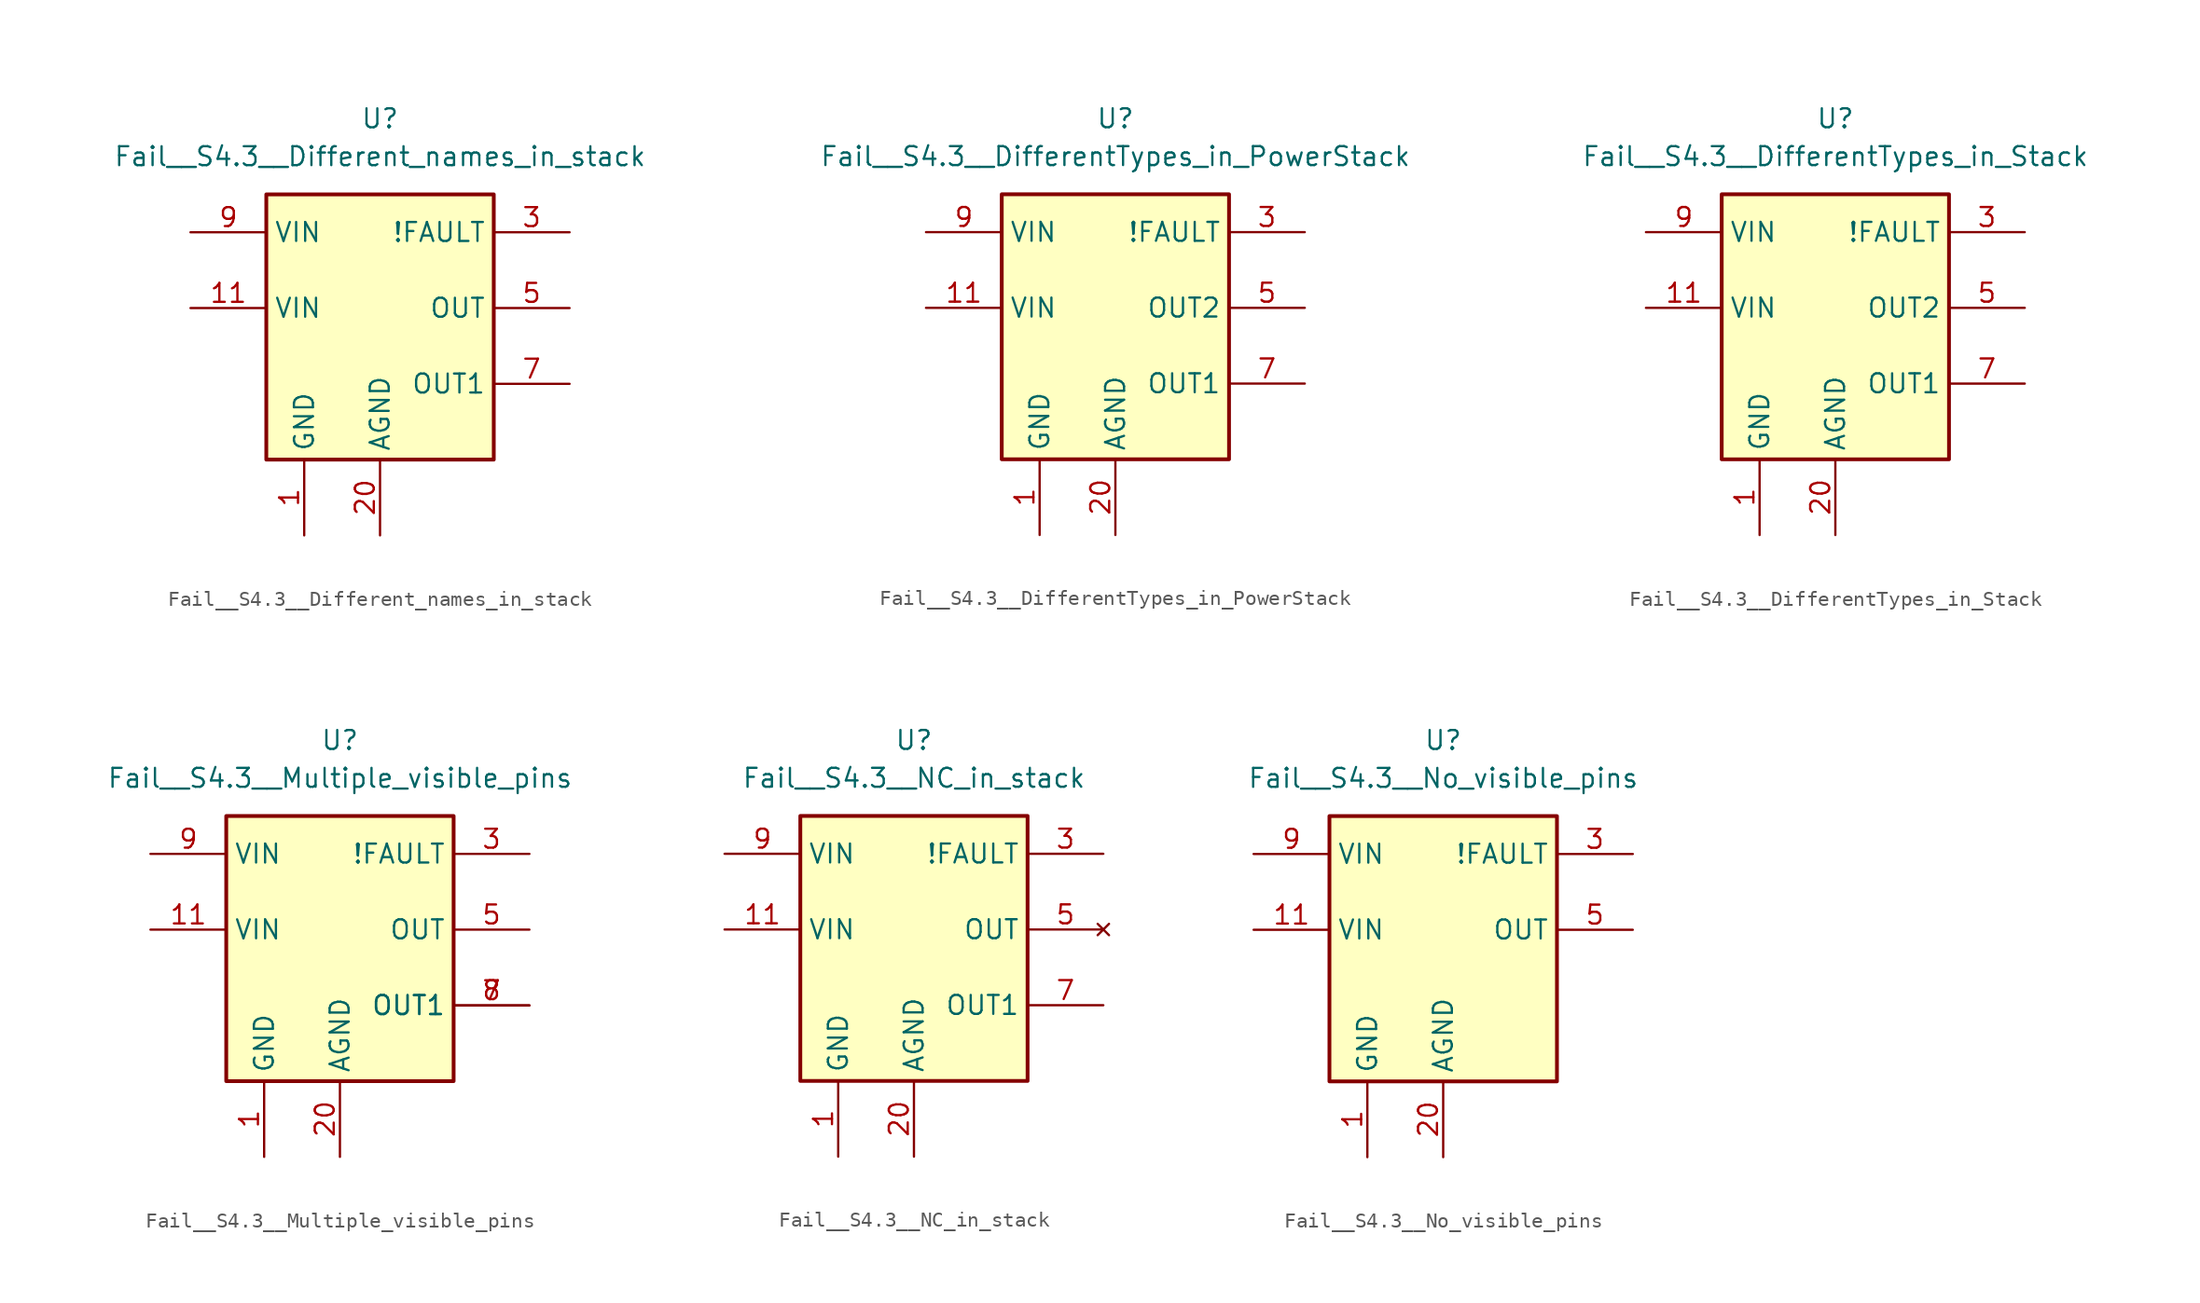
<source format=kicad_sym>
(kicad_symbol_lib
  (version 20201005)
  (generator kicad_symbol_editor)
  (symbol "CI_Test_S4.3:Fail__S4.3__Different_names_in_stack"
    (property "Reference" "U"
      (at 0 12.7 0)
      (effects (font (size 1.27 1.27))))
    (property "Value" "Fail__S4.3__Different_names_in_stack"
      (at 0 10.16 0)
      (effects (font (size 1.27 1.27))))
    (symbol "Fail__S4.3__Different_names_in_stack_0_1"
      (rectangle (start -7.62 7.62) (end 7.62 -10.16) (stroke (width 0.254)) (fill (type background))))
    (symbol "Fail__S4.3__Different_names_in_stack_1_1"
      (pin power_in line (at -5.08 -15.24 90) (length 5.08) (name "GND" (effects (font (size 1.27 1.27)))) (number "1" (effects (font (size 1.27 1.27)))))
      (pin passive line (at -5.08 -15.24 90) (length 5.08) hide (name "GND" (effects (font (size 1.27 1.27)))) (number "2" (effects (font (size 1.27 1.27)))))
      (pin open_collector line (at 12.7 5.08 180) (length 5.08) hide (name "!FAULT" (effects (font (size 1.27 1.27)))) (number "4" (effects (font (size 1.27 1.27)))))
      (pin open_collector line (at 12.7 5.08 180) (length 5.08) (name "!FAULT" (effects (font (size 1.27 1.27)))) (number "3" (effects (font (size 1.27 1.27)))))
      (pin output line (at 12.7 0 180) (length 5.08) hide (name "OUT2" (effects (font (size 1.27 1.27)))) (number "6" (effects (font (size 1.27 1.27)))))
      (pin output line (at 12.7 0 180) (length 5.08) (name "OUT" (effects (font (size 1.27 1.27)))) (number "5" (effects (font (size 1.27 1.27)))))
      (pin passive line (at 12.7 -5.08 180) (length 5.08) hide (name "OUT1" (effects (font (size 1.27 1.27)))) (number "8" (effects (font (size 1.27 1.27)))))
      (pin output line (at 12.7 -5.08 180) (length 5.08) (name "OUT1" (effects (font (size 1.27 1.27)))) (number "7" (effects (font (size 1.27 1.27)))))
      (pin power_in line (at -12.7 5.08 0) (length 5.08) (name "VIN" (effects (font (size 1.27 1.27)))) (number "9" (effects (font (size 1.27 1.27)))))
      (pin power_in line (at -12.7 5.08 0) (length 5.08) hide (name "VIN" (effects (font (size 1.27 1.27)))) (number "10" (effects (font (size 1.27 1.27)))))
      (pin power_in line (at -12.7 0 0) (length 5.08) (name "VIN" (effects (font (size 1.27 1.27)))) (number "11" (effects (font (size 1.27 1.27)))))
      (pin passive line (at -12.7 0 0) (length 5.08) hide (name "VIN" (effects (font (size 1.27 1.27)))) (number "12" (effects (font (size 1.27 1.27)))))
      (pin power_in line (at 0 -15.24 90) (length 5.08) (name "AGND" (effects (font (size 1.27 1.27)))) (number "20" (effects (font (size 1.27 1.27)))))
      (pin passive line (at 0 -15.24 90) (length 5.08) hide (name "AGND" (effects (font (size 1.27 1.27)))) (number "21" (effects (font (size 1.27 1.27)))))
      (pin passive line (at 0 -15.24 90) (length 5.08) hide (name "AGND" (effects (font (size 1.27 1.27)))) (number "22" (effects (font (size 1.27 1.27)))))))
  (symbol "CI_Test_S4.3:Fail__S4.3__DifferentTypes_in_PowerStack"
    (property "Reference" "U"
      (at 0 12.7 0)
      (effects (font (size 1.27 1.27))))
    (property "Value" "Fail__S4.3__DifferentTypes_in_PowerStack"
      (at 0 10.16 0)
      (effects (font (size 1.27 1.27))))
    (symbol "Fail__S4.3__DifferentTypes_in_PowerStack_0_1"
      (rectangle (start -7.62 7.62) (end 7.62 -10.16) (stroke (width 0.254)) (fill (type background))))
    (symbol "Fail__S4.3__DifferentTypes_in_PowerStack_1_1"
      (pin power_in line (at -5.08 -15.24 90) (length 5.08) (name "GND" (effects (font (size 1.27 1.27)))) (number "1" (effects (font (size 1.27 1.27)))))
      (pin passive line (at -5.08 -15.24 90) (length 5.08) hide (name "GND" (effects (font (size 1.27 1.27)))) (number "2" (effects (font (size 1.27 1.27)))))
      (pin open_collector line (at 12.7 5.08 180) (length 5.08) hide (name "!FAULT" (effects (font (size 1.27 1.27)))) (number "4" (effects (font (size 1.27 1.27)))))
      (pin open_collector line (at 12.7 5.08 180) (length 5.08) (name "!FAULT" (effects (font (size 1.27 1.27)))) (number "3" (effects (font (size 1.27 1.27)))))
      (pin output line (at 12.7 0 180) (length 5.08) hide (name "OUT2" (effects (font (size 1.27 1.27)))) (number "6" (effects (font (size 1.27 1.27)))))
      (pin power_out line (at 12.7 0 180) (length 5.08) (name "OUT2" (effects (font (size 1.27 1.27)))) (number "5" (effects (font (size 1.27 1.27)))))
      (pin passive line (at 12.7 -5.08 180) (length 5.08) hide (name "OUT1" (effects (font (size 1.27 1.27)))) (number "8" (effects (font (size 1.27 1.27)))))
      (pin output line (at 12.7 -5.08 180) (length 5.08) (name "OUT1" (effects (font (size 1.27 1.27)))) (number "7" (effects (font (size 1.27 1.27)))))
      (pin power_in line (at -12.7 5.08 0) (length 5.08) (name "VIN" (effects (font (size 1.27 1.27)))) (number "9" (effects (font (size 1.27 1.27)))))
      (pin power_in line (at -12.7 5.08 0) (length 5.08) hide (name "VIN" (effects (font (size 1.27 1.27)))) (number "10" (effects (font (size 1.27 1.27)))))
      (pin power_in line (at -12.7 0 0) (length 5.08) (name "VIN" (effects (font (size 1.27 1.27)))) (number "11" (effects (font (size 1.27 1.27)))))
      (pin passive line (at -12.7 0 0) (length 5.08) hide (name "VIN" (effects (font (size 1.27 1.27)))) (number "12" (effects (font (size 1.27 1.27)))))
      (pin power_in line (at 0 -15.24 90) (length 5.08) (name "AGND" (effects (font (size 1.27 1.27)))) (number "20" (effects (font (size 1.27 1.27)))))
      (pin passive line (at 0 -15.24 90) (length 5.08) hide (name "AGND" (effects (font (size 1.27 1.27)))) (number "21" (effects (font (size 1.27 1.27)))))
      (pin passive line (at 0 -15.24 90) (length 5.08) hide (name "AGND" (effects (font (size 1.27 1.27)))) (number "22" (effects (font (size 1.27 1.27)))))))
  (symbol "CI_Test_S4.3:Fail__S4.3__DifferentTypes_in_Stack"
    (property "Reference" "U"
      (at 0 12.7 0)
      (effects (font (size 1.27 1.27))))
    (property "Value" "Fail__S4.3__DifferentTypes_in_Stack"
      (at 0 10.16 0)
      (effects (font (size 1.27 1.27))))
    (symbol "Fail__S4.3__DifferentTypes_in_Stack_0_1"
      (rectangle (start -7.62 7.62) (end 7.62 -10.16) (stroke (width 0.254)) (fill (type background))))
    (symbol "Fail__S4.3__DifferentTypes_in_Stack_1_1"
      (pin power_in line (at -5.08 -15.24 90) (length 5.08) (name "GND" (effects (font (size 1.27 1.27)))) (number "1" (effects (font (size 1.27 1.27)))))
      (pin passive line (at -5.08 -15.24 90) (length 5.08) hide (name "GND" (effects (font (size 1.27 1.27)))) (number "2" (effects (font (size 1.27 1.27)))))
      (pin open_collector line (at 12.7 5.08 180) (length 5.08) hide (name "!FAULT" (effects (font (size 1.27 1.27)))) (number "4" (effects (font (size 1.27 1.27)))))
      (pin open_collector line (at 12.7 5.08 180) (length 5.08) (name "!FAULT" (effects (font (size 1.27 1.27)))) (number "3" (effects (font (size 1.27 1.27)))))
      (pin output line (at 12.7 0 180) (length 5.08) hide (name "OUT2" (effects (font (size 1.27 1.27)))) (number "6" (effects (font (size 1.27 1.27)))))
      (pin power_out line (at 12.7 0 180) (length 5.08) (name "OUT2" (effects (font (size 1.27 1.27)))) (number "5" (effects (font (size 1.27 1.27)))))
      (pin input line (at 12.7 -5.08 180) (length 5.08) hide (name "OUT1" (effects (font (size 1.27 1.27)))) (number "8" (effects (font (size 1.27 1.27)))))
      (pin output line (at 12.7 -5.08 180) (length 5.08) (name "OUT1" (effects (font (size 1.27 1.27)))) (number "7" (effects (font (size 1.27 1.27)))))
      (pin power_in line (at -12.7 5.08 0) (length 5.08) (name "VIN" (effects (font (size 1.27 1.27)))) (number "9" (effects (font (size 1.27 1.27)))))
      (pin power_in line (at -12.7 5.08 0) (length 5.08) hide (name "VIN" (effects (font (size 1.27 1.27)))) (number "10" (effects (font (size 1.27 1.27)))))
      (pin power_in line (at -12.7 0 0) (length 5.08) (name "VIN" (effects (font (size 1.27 1.27)))) (number "11" (effects (font (size 1.27 1.27)))))
      (pin passive line (at -12.7 0 0) (length 5.08) hide (name "VIN" (effects (font (size 1.27 1.27)))) (number "12" (effects (font (size 1.27 1.27)))))
      (pin power_in line (at 0 -15.24 90) (length 5.08) (name "AGND" (effects (font (size 1.27 1.27)))) (number "20" (effects (font (size 1.27 1.27)))))
      (pin passive line (at 0 -15.24 90) (length 5.08) hide (name "AGND" (effects (font (size 1.27 1.27)))) (number "21" (effects (font (size 1.27 1.27)))))
      (pin passive line (at 0 -15.24 90) (length 5.08) hide (name "AGND" (effects (font (size 1.27 1.27)))) (number "22" (effects (font (size 1.27 1.27)))))))
  (symbol "CI_Test_S4.3:Fail__S4.3__Multiple_visible_pins"
    (property "Reference" "U"
      (at 0 12.7 0)
      (effects (font (size 1.27 1.27))))
    (property "Value" "Fail__S4.3__Multiple_visible_pins"
      (at 0 10.16 0)
      (effects (font (size 1.27 1.27))))
    (symbol "Fail__S4.3__Multiple_visible_pins_0_1"
      (rectangle (start -7.62 7.62) (end 7.62 -10.16) (stroke (width 0.254)) (fill (type background))))
    (symbol "Fail__S4.3__Multiple_visible_pins_1_1"
      (pin power_in line (at -5.08 -15.24 90) (length 5.08) (name "GND" (effects (font (size 1.27 1.27)))) (number "1" (effects (font (size 1.27 1.27)))))
      (pin passive line (at -5.08 -15.24 90) (length 5.08) hide (name "GND" (effects (font (size 1.27 1.27)))) (number "2" (effects (font (size 1.27 1.27)))))
      (pin open_collector line (at 12.7 5.08 180) (length 5.08) hide (name "!FAULT" (effects (font (size 1.27 1.27)))) (number "4" (effects (font (size 1.27 1.27)))))
      (pin open_collector line (at 12.7 5.08 180) (length 5.08) (name "!FAULT" (effects (font (size 1.27 1.27)))) (number "3" (effects (font (size 1.27 1.27)))))
      (pin output line (at 12.7 0 180) (length 5.08) hide (name "OUT" (effects (font (size 1.27 1.27)))) (number "6" (effects (font (size 1.27 1.27)))))
      (pin output line (at 12.7 0 180) (length 5.08) (name "OUT" (effects (font (size 1.27 1.27)))) (number "5" (effects (font (size 1.27 1.27)))))
      (pin passive line (at 12.7 -5.08 180) (length 5.08) (name "OUT1" (effects (font (size 1.27 1.27)))) (number "8" (effects (font (size 1.27 1.27)))))
      (pin output line (at 12.7 -5.08 180) (length 5.08) (name "OUT1" (effects (font (size 1.27 1.27)))) (number "7" (effects (font (size 1.27 1.27)))))
      (pin power_in line (at -12.7 5.08 0) (length 5.08) (name "VIN" (effects (font (size 1.27 1.27)))) (number "9" (effects (font (size 1.27 1.27)))))
      (pin power_in line (at -12.7 5.08 0) (length 5.08) hide (name "VIN" (effects (font (size 1.27 1.27)))) (number "10" (effects (font (size 1.27 1.27)))))
      (pin power_in line (at -12.7 0 0) (length 5.08) (name "VIN" (effects (font (size 1.27 1.27)))) (number "11" (effects (font (size 1.27 1.27)))))
      (pin passive line (at -12.7 0 0) (length 5.08) hide (name "VIN" (effects (font (size 1.27 1.27)))) (number "12" (effects (font (size 1.27 1.27)))))
      (pin power_in line (at 0 -15.24 90) (length 5.08) (name "AGND" (effects (font (size 1.27 1.27)))) (number "20" (effects (font (size 1.27 1.27)))))
      (pin passive line (at 0 -15.24 90) (length 5.08) hide (name "AGND" (effects (font (size 1.27 1.27)))) (number "21" (effects (font (size 1.27 1.27)))))
      (pin passive line (at 0 -15.24 90) (length 5.08) hide (name "AGND" (effects (font (size 1.27 1.27)))) (number "22" (effects (font (size 1.27 1.27)))))))
  (symbol "CI_Test_S4.3:Fail__S4.3__NC_in_stack"
    (property "Reference" "U"
      (at 0 12.7 0)
      (effects (font (size 1.27 1.27))))
    (property "Value" "Fail__S4.3__NC_in_stack"
      (at 0 10.16 0)
      (effects (font (size 1.27 1.27))))
    (symbol "Fail__S4.3__NC_in_stack_0_1"
      (rectangle (start -7.62 7.62) (end 7.62 -10.16) (stroke (width 0.254)) (fill (type background))))
    (symbol "Fail__S4.3__NC_in_stack_1_1"
      (pin power_in line (at -5.08 -15.24 90) (length 5.08) (name "GND" (effects (font (size 1.27 1.27)))) (number "1" (effects (font (size 1.27 1.27)))))
      (pin passive line (at -5.08 -15.24 90) (length 5.08) hide (name "GND" (effects (font (size 1.27 1.27)))) (number "2" (effects (font (size 1.27 1.27)))))
      (pin open_collector line (at 12.7 5.08 180) (length 5.08) hide (name "!FAULT" (effects (font (size 1.27 1.27)))) (number "4" (effects (font (size 1.27 1.27)))))
      (pin open_collector line (at 12.7 5.08 180) (length 5.08) (name "!FAULT" (effects (font (size 1.27 1.27)))) (number "3" (effects (font (size 1.27 1.27)))))
      (pin output line (at 12.7 0 180) (length 5.08) hide (name "OUT" (effects (font (size 1.27 1.27)))) (number "6" (effects (font (size 1.27 1.27)))))
      (pin no_connect line (at 12.7 0 180) (length 5.08) (name "OUT" (effects (font (size 1.27 1.27)))) (number "5" (effects (font (size 1.27 1.27)))))
      (pin passive line (at 12.7 -5.08 180) (length 5.08) hide (name "OUT1" (effects (font (size 1.27 1.27)))) (number "8" (effects (font (size 1.27 1.27)))))
      (pin output line (at 12.7 -5.08 180) (length 5.08) (name "OUT1" (effects (font (size 1.27 1.27)))) (number "7" (effects (font (size 1.27 1.27)))))
      (pin power_in line (at -12.7 5.08 0) (length 5.08) (name "VIN" (effects (font (size 1.27 1.27)))) (number "9" (effects (font (size 1.27 1.27)))))
      (pin power_in line (at -12.7 5.08 0) (length 5.08) hide (name "VIN" (effects (font (size 1.27 1.27)))) (number "10" (effects (font (size 1.27 1.27)))))
      (pin power_in line (at -12.7 0 0) (length 5.08) (name "VIN" (effects (font (size 1.27 1.27)))) (number "11" (effects (font (size 1.27 1.27)))))
      (pin passive line (at -12.7 0 0) (length 5.08) hide (name "VIN" (effects (font (size 1.27 1.27)))) (number "12" (effects (font (size 1.27 1.27)))))
      (pin power_in line (at 0 -15.24 90) (length 5.08) (name "AGND" (effects (font (size 1.27 1.27)))) (number "20" (effects (font (size 1.27 1.27)))))
      (pin passive line (at 0 -15.24 90) (length 5.08) hide (name "AGND" (effects (font (size 1.27 1.27)))) (number "21" (effects (font (size 1.27 1.27)))))
      (pin passive line (at 0 -15.24 90) (length 5.08) hide (name "AGND" (effects (font (size 1.27 1.27)))) (number "22" (effects (font (size 1.27 1.27)))))))
  (symbol "CI_Test_S4.3:Fail__S4.3__No_visible_pins"
    (property "Reference" "U"
      (at 0 12.7 0)
      (effects (font (size 1.27 1.27))))
    (property "Value" "Fail__S4.3__No_visible_pins"
      (at 0 10.16 0)
      (effects (font (size 1.27 1.27))))
    (symbol "Fail__S4.3__No_visible_pins_0_1"
      (rectangle (start -7.62 7.62) (end 7.62 -10.16) (stroke (width 0.254)) (fill (type background))))
    (symbol "Fail__S4.3__No_visible_pins_1_1"
      (pin power_in line (at -5.08 -15.24 90) (length 5.08) (name "GND" (effects (font (size 1.27 1.27)))) (number "1" (effects (font (size 1.27 1.27)))))
      (pin passive line (at -5.08 -15.24 90) (length 5.08) hide (name "GND" (effects (font (size 1.27 1.27)))) (number "2" (effects (font (size 1.27 1.27)))))
      (pin open_collector line (at 12.7 5.08 180) (length 5.08) hide (name "!FAULT" (effects (font (size 1.27 1.27)))) (number "4" (effects (font (size 1.27 1.27)))))
      (pin open_collector line (at 12.7 5.08 180) (length 5.08) (name "!FAULT" (effects (font (size 1.27 1.27)))) (number "3" (effects (font (size 1.27 1.27)))))
      (pin output line (at 12.7 0 180) (length 5.08) hide (name "OUT" (effects (font (size 1.27 1.27)))) (number "6" (effects (font (size 1.27 1.27)))))
      (pin output line (at 12.7 0 180) (length 5.08) (name "OUT" (effects (font (size 1.27 1.27)))) (number "5" (effects (font (size 1.27 1.27)))))
      (pin passive line (at 12.7 -5.08 180) (length 5.08) hide (name "OUT1" (effects (font (size 1.27 1.27)))) (number "8" (effects (font (size 1.27 1.27)))))
      (pin output line (at 12.7 -5.08 180) (length 5.08) hide (name "OUT1" (effects (font (size 1.27 1.27)))) (number "7" (effects (font (size 1.27 1.27)))))
      (pin power_in line (at -12.7 5.08 0) (length 5.08) (name "VIN" (effects (font (size 1.27 1.27)))) (number "9" (effects (font (size 1.27 1.27)))))
      (pin power_in line (at -12.7 5.08 0) (length 5.08) hide (name "VIN" (effects (font (size 1.27 1.27)))) (number "10" (effects (font (size 1.27 1.27)))))
      (pin power_in line (at -12.7 0 0) (length 5.08) (name "VIN" (effects (font (size 1.27 1.27)))) (number "11" (effects (font (size 1.27 1.27)))))
      (pin passive line (at -12.7 0 0) (length 5.08) hide (name "VIN" (effects (font (size 1.27 1.27)))) (number "12" (effects (font (size 1.27 1.27)))))
      (pin power_in line (at 0 -15.24 90) (length 5.08) (name "AGND" (effects (font (size 1.27 1.27)))) (number "20" (effects (font (size 1.27 1.27)))))
      (pin passive line (at 0 -15.24 90) (length 5.08) hide (name "AGND" (effects (font (size 1.27 1.27)))) (number "21" (effects (font (size 1.27 1.27)))))
      (pin passive line (at 0 -15.24 90) (length 5.08) hide (name "AGND" (effects (font (size 1.27 1.27)))) (number "22" (effects (font (size 1.27 1.27))))))))
</source>
